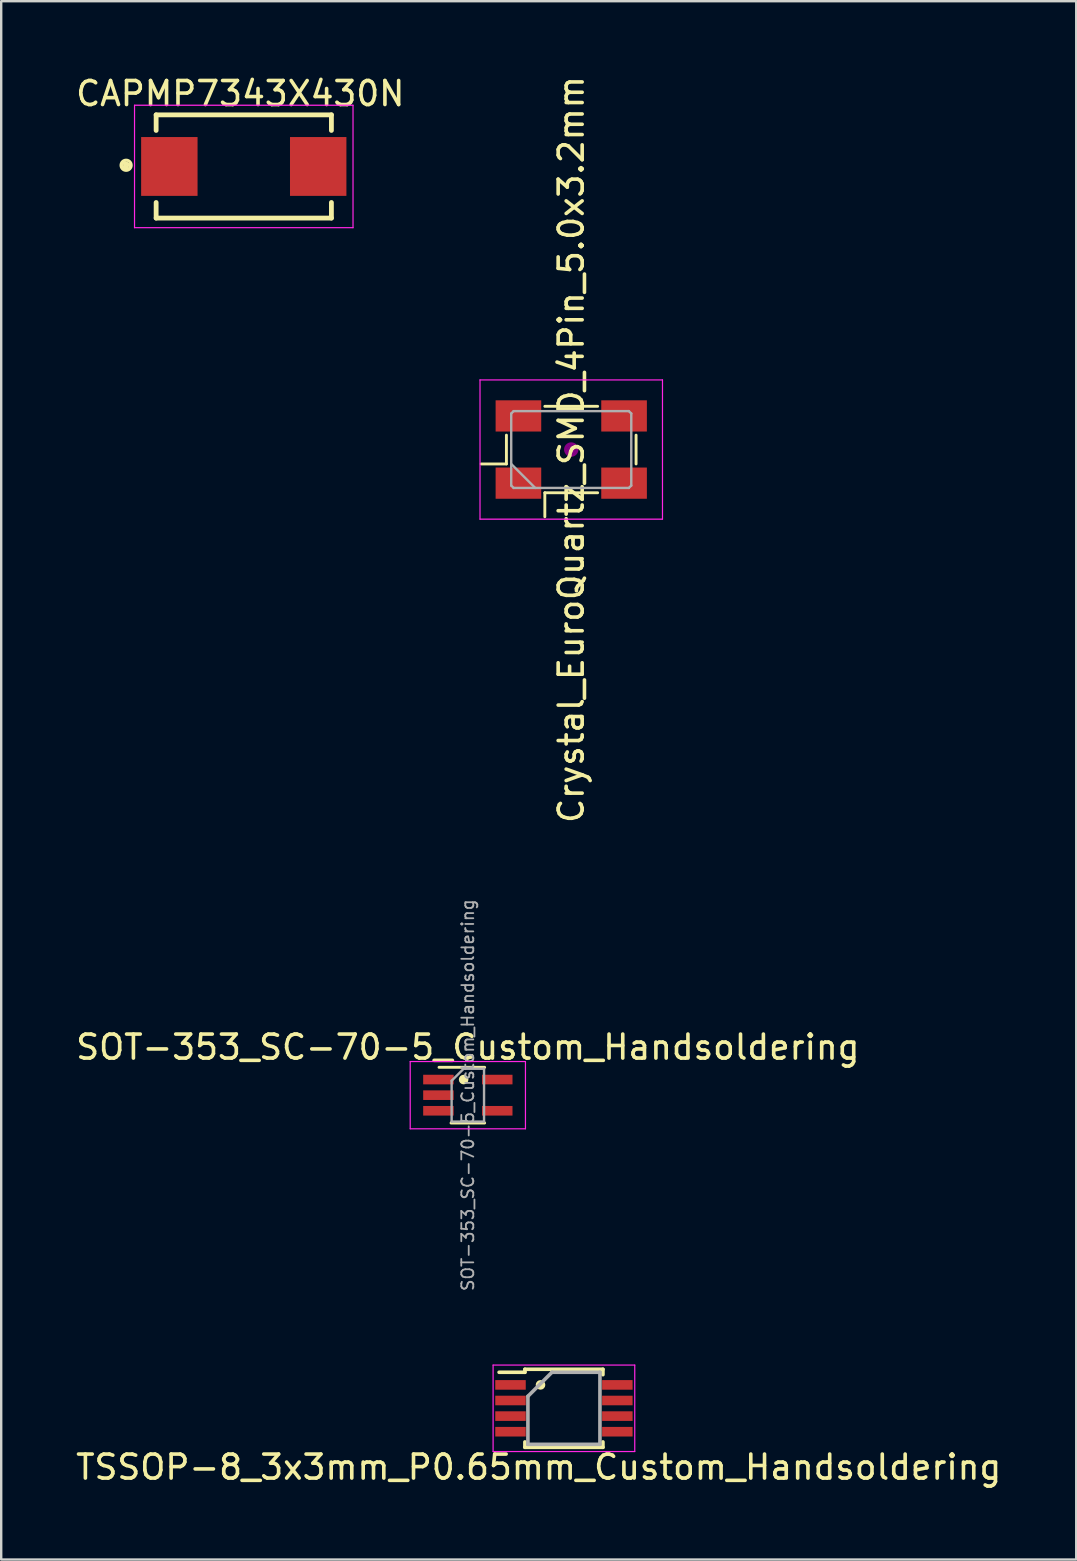
<source format=kicad_pcb>
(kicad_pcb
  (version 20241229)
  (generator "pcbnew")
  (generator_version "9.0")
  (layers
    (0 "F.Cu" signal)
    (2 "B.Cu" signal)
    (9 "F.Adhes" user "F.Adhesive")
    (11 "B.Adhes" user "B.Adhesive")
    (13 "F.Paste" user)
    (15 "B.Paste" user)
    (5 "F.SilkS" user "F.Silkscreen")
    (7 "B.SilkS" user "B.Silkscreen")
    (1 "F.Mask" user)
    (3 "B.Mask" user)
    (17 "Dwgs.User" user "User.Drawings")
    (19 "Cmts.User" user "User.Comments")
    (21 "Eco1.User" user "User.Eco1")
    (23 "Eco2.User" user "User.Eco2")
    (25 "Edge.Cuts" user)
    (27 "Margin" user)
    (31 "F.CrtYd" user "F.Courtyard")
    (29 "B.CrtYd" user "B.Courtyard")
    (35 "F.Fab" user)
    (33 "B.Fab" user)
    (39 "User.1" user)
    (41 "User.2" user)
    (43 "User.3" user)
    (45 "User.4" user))
  (footprint "Crystal_EuroQuartz_SMD_4Pin_5.0x3.2mm"
    (layer "F.Cu")
    (at 20.742 15.673)
    (property "Reference" "Crystal_EuroQuartz_SMD_4Pin_5.0x3.2mm" (at 0 0 270) (layer "F.SilkS") (effects (font (size 1 1) (thickness 0.15))))
    (attr smd)
    (fp_line (start -3.75 0.6) (end -2.7 0.6) (stroke (width 0.12) (type solid)) (layer "F.SilkS"))
    (fp_line (start -2.7 0.6) (end -2.7 -0.6) (stroke (width 0.12) (type solid)) (layer "F.SilkS"))
    (fp_line (start -1.1 -1.8) (end 1.1 -1.8) (stroke (width 0.12) (type solid)) (layer "F.SilkS"))
    (fp_line (start -1.1 1.8) (end -1.1 2.8) (stroke (width 0.12) (type solid)) (layer "F.SilkS"))
    (fp_line (start 1.1 1.8) (end -1.1 1.8) (stroke (width 0.12) (type solid)) (layer "F.SilkS"))
    (fp_line (start 2.7 -0.6) (end 2.7 0.6) (stroke (width 0.12) (type solid)) (layer "F.SilkS"))
    (fp_circle (center 0 0) (end 0.058 0) (stroke (width 0.117) (type solid)) (fill no) (layer "F.Adhes"))
    (fp_circle (center 0 0) (end 0.133 0) (stroke (width 0.083) (type solid)) (fill no) (layer "F.Adhes"))
    (fp_circle (center 0 0) (end 0.208 0) (stroke (width 0.083) (type solid)) (fill no) (layer "F.Adhes"))
    (fp_circle (center 0 0) (end 0.25 0) (stroke (width 0.1) (type solid)) (fill no) (layer "F.Adhes"))
    (fp_line (start -3.8 -2.9) (end -3.8 2.9) (stroke (width 0.05) (type solid)) (layer "F.CrtYd"))
    (fp_line (start -3.8 2.9) (end 3.8 2.9) (stroke (width 0.05) (type solid)) (layer "F.CrtYd"))
    (fp_line (start 3.8 -2.9) (end -3.8 -2.9) (stroke (width 0.05) (type solid)) (layer "F.CrtYd"))
    (fp_line (start 3.8 2.9) (end 3.8 -2.9) (stroke (width 0.05) (type solid)) (layer "F.CrtYd"))
    (fp_line (start -2.5 -1.5) (end -2.4 -1.6) (stroke (width 0.1) (type solid)) (layer "F.Fab"))
    (fp_line (start -2.5 0.6) (end -1.5 1.6) (stroke (width 0.1) (type solid)) (layer "F.Fab"))
    (fp_line (start -2.5 1.5) (end -2.5 -1.5) (stroke (width 0.1) (type solid)) (layer "F.Fab"))
    (fp_line (start -2.4 -1.6) (end 2.4 -1.6) (stroke (width 0.1) (type solid)) (layer "F.Fab"))
    (fp_line (start -2.4 1.6) (end -2.5 1.5) (stroke (width 0.1) (type solid)) (layer "F.Fab"))
    (fp_line (start 2.4 -1.6) (end 2.5 -1.5) (stroke (width 0.1) (type solid)) (layer "F.Fab"))
    (fp_line (start 2.4 1.6) (end -2.4 1.6) (stroke (width 0.1) (type solid)) (layer "F.Fab"))
    (fp_line (start 2.5 -1.5) (end 2.5 1.5) (stroke (width 0.1) (type solid)) (layer "F.Fab"))
    (fp_line (start 2.5 1.5) (end 2.4 1.6) (stroke (width 0.1) (type solid)) (layer "F.Fab"))
    (pad "1" smd rect (at -2.2 1.4) (size 1.9 1.3) (layers "F.Cu" "F.Mask" "F.Paste"))
    (pad "2" smd rect (at 2.2 1.4) (size 1.9 1.3) (layers "F.Cu" "F.Mask" "F.Paste"))
    (pad "3" smd rect (at 2.2 -1.4) (size 1.9 1.3) (layers "F.Cu" "F.Mask" "F.Paste"))
    (pad "4" smd rect (at -2.2 -1.4) (size 1.9 1.3) (layers "F.Cu" "F.Mask" "F.Paste")))
  (footprint "CAPMP7343X430N"
    (layer "F.Cu")
    (at 7.103 3.883)
    (property "Reference" "CAPMP7343X430N" (at -0.145 -3.035 0) (layer "F.SilkS") (effects (font (size 1 1) (thickness 0.15))))
    (attr through_hole)
    (fp_line (start -3.65 -2.15) (end -3.65 -1.5) (stroke (width 0.2) (type solid)) (layer "F.SilkS"))
    (fp_line (start -3.65 -2.15) (end 3.65 -2.15) (stroke (width 0.2) (type solid)) (layer "F.SilkS"))
    (fp_line (start -3.65 1.5) (end -3.65 2.15) (stroke (width 0.2) (type solid)) (layer "F.SilkS"))
    (fp_line (start 3.65 -2.15) (end 3.65 -1.5) (stroke (width 0.2) (type solid)) (layer "F.SilkS"))
    (fp_line (start 3.65 1.5) (end 3.65 2.15) (stroke (width 0.2) (type solid)) (layer "F.SilkS"))
    (fp_line (start 3.65 2.15) (end -3.65 2.15) (stroke (width 0.2) (type solid)) (layer "F.SilkS"))
    (fp_circle (center -4.95 -0.05) (end -4.838 -0.05) (stroke (width 0.127) (type solid)) (fill no) (layer "F.SilkS"))
    (fp_circle (center -4.9 -0.05) (end -4.688 -0.05) (stroke (width 0.127) (type solid)) (fill no) (layer "F.SilkS"))
    (fp_circle (center -4.85 0) (end -4.738 0) (stroke (width 0.127) (type solid)) (fill no) (layer "F.SilkS"))
    (fp_line (start -4.55 -2.55) (end -4.55 2.55) (stroke (width 0.05) (type solid)) (layer "F.CrtYd"))
    (fp_line (start -4.55 2.55) (end 4.55 2.55) (stroke (width 0.05) (type solid)) (layer "F.CrtYd"))
    (fp_line (start 4.55 -2.55) (end -4.55 -2.55) (stroke (width 0.05) (type solid)) (layer "F.CrtYd"))
    (fp_line (start 4.55 2.55) (end 4.55 -2.55) (stroke (width 0.05) (type solid)) (layer "F.CrtYd"))
    (pad "1" smd rect (at -3.1 0) (size 2.35 2.45) (layers "F.Cu" "F.Mask" "F.Paste"))
    (pad "2" smd rect (at 3.1 0) (size 2.35 2.45) (layers "F.Cu" "F.Mask" "F.Paste")))
  (footprint "TSSOP-8_3x3mm_P0.65mm_Custom_Handsoldering"
    (layer "F.Cu")
    (at 20.437 55.605)
    (property "Reference" "TSSOP-8_3x3mm_P0.65mm_Custom_Handsoldering" (at -1.05 2.45 180) (layer "F.SilkS") (effects (font (size 1 1) (thickness 0.15))))
    (attr smd)
    (fp_line (start -1.625 -1.625) (end -1.625 -1.5) (stroke (width 0.15) (type solid)) (layer "F.SilkS"))
    (fp_line (start -1.625 -1.625) (end 1.625 -1.625) (stroke (width 0.15) (type solid)) (layer "F.SilkS"))
    (fp_line (start -1.625 -1.5) (end -2.7 -1.5) (stroke (width 0.15) (type solid)) (layer "F.SilkS"))
    (fp_line (start -1.625 1.625) (end -1.625 1.4) (stroke (width 0.15) (type solid)) (layer "F.SilkS"))
    (fp_line (start -1.625 1.625) (end 1.625 1.625) (stroke (width 0.15) (type solid)) (layer "F.SilkS"))
    (fp_line (start 1.625 -1.625) (end 1.625 -1.4) (stroke (width 0.15) (type solid)) (layer "F.SilkS"))
    (fp_line (start 1.625 1.625) (end 1.625 1.4) (stroke (width 0.15) (type solid)) (layer "F.SilkS"))
    (fp_circle (center -0.975 -0.975) (end -0.875 -0.975) (stroke (width 0.2) (type solid)) (fill no) (layer "F.SilkS"))
    (fp_line (start -2.95 -1.8) (end -2.95 1.8) (stroke (width 0.05) (type solid)) (layer "F.CrtYd"))
    (fp_line (start -2.95 -1.8) (end 2.95 -1.8) (stroke (width 0.05) (type solid)) (layer "F.CrtYd"))
    (fp_line (start -2.95 1.8) (end 2.95 1.8) (stroke (width 0.05) (type solid)) (layer "F.CrtYd"))
    (fp_line (start 2.95 -1.8) (end 2.95 1.8) (stroke (width 0.05) (type solid)) (layer "F.CrtYd"))
    (fp_line (start -1.5 -0.5) (end -0.5 -1.5) (stroke (width 0.15) (type solid)) (layer "F.Fab"))
    (fp_line (start -1.5 1.5) (end -1.5 -0.5) (stroke (width 0.15) (type solid)) (layer "F.Fab"))
    (fp_line (start -0.5 -1.5) (end 1.5 -1.5) (stroke (width 0.15) (type solid)) (layer "F.Fab"))
    (fp_line (start 1.5 -1.5) (end 1.5 1.5) (stroke (width 0.15) (type solid)) (layer "F.Fab"))
    (fp_line (start 1.5 1.5) (end -1.5 1.5) (stroke (width 0.15) (type solid)) (layer "F.Fab"))
    (pad "1" smd rect (at -2.225 -0.975) (size 1.27 0.4) (layers "F.Cu" "F.Mask" "F.Paste"))
    (pad "2" smd rect (at -2.225 -0.325) (size 1.27 0.4) (layers "F.Cu" "F.Mask" "F.Paste"))
    (pad "3" smd rect (at -2.225 0.325) (size 1.27 0.4) (layers "F.Cu" "F.Mask" "F.Paste"))
    (pad "4" smd rect (at -2.225 0.975) (size 1.27 0.4) (layers "F.Cu" "F.Mask" "F.Paste"))
    (pad "5" smd rect (at 2.225 0.975) (size 1.27 0.4) (layers "F.Cu" "F.Mask" "F.Paste"))
    (pad "6" smd rect (at 2.225 0.325) (size 1.27 0.4) (layers "F.Cu" "F.Mask" "F.Paste"))
    (pad "7" smd rect (at 2.225 -0.325) (size 1.27 0.4) (layers "F.Cu" "F.Mask" "F.Paste"))
    (pad "8" smd rect (at 2.225 -0.975) (size 1.27 0.4) (layers "F.Cu" "F.Mask" "F.Paste")))
  (footprint "SOT-353_SC-70-5_Custom_Handsoldering"
    (layer "F.Cu")
    (at 16.435 42.563)
    (property "Reference" "SOT-353_SC-70-5_Custom_Handsoldering" (at 0 -2 0) (layer "F.SilkS") (effects (font (size 1 1) (thickness 0.15))))
    (attr smd)
    (fp_line (start -0.7 1.16) (end 0.7 1.16) (stroke (width 0.12) (type solid)) (layer "F.SilkS"))
    (fp_line (start 0.7 -1.16) (end -1.2 -1.16) (stroke (width 0.12) (type solid)) (layer "F.SilkS"))
    (fp_circle (center -0.175 -0.65) (end -0.075 -0.65) (stroke (width 0.2) (type solid)) (fill no) (layer "F.SilkS"))
    (fp_line (start -2.4 -1.4) (end -2.4 1.4) (stroke (width 0.05) (type solid)) (layer "F.CrtYd"))
    (fp_line (start -2.4 -1.4) (end 2.4 -1.4) (stroke (width 0.05) (type solid)) (layer "F.CrtYd"))
    (fp_line (start -2.4 1.4) (end 2.4 1.4) (stroke (width 0.05) (type solid)) (layer "F.CrtYd"))
    (fp_line (start 2.4 1.4) (end 2.4 -1.4) (stroke (width 0.05) (type solid)) (layer "F.CrtYd"))
    (fp_line (start -0.675 -0.6) (end -0.675 1.1) (stroke (width 0.1) (type solid)) (layer "F.Fab"))
    (fp_line (start -0.175 -1.1) (end -0.675 -0.6) (stroke (width 0.1) (type solid)) (layer "F.Fab"))
    (fp_line (start 0.675 -1.1) (end -0.175 -1.1) (stroke (width 0.1) (type solid)) (layer "F.Fab"))
    (fp_line (start 0.675 -1.1) (end 0.675 1.1) (stroke (width 0.1) (type solid)) (layer "F.Fab"))
    (fp_line (start 0.675 1.1) (end -0.675 1.1) (stroke (width 0.1) (type solid)) (layer "F.Fab"))
    (fp_text user "${REFERENCE}" (at 0 0 270) (layer "F.Fab") (effects (font (size 0.5 0.5) (thickness 0.075))))
    (pad "1" smd rect (at -1.225 -0.65) (size 1.27 0.4) (layers "F.Cu" "F.Mask" "F.Paste"))
    (pad "2" smd rect (at -1.225 0) (size 1.27 0.4) (layers "F.Cu" "F.Mask" "F.Paste"))
    (pad "3" smd rect (at -1.225 0.65) (size 1.27 0.4) (layers "F.Cu" "F.Mask" "F.Paste"))
    (pad "4" smd rect (at 1.225 0.65) (size 1.27 0.4) (layers "F.Cu" "F.Mask" "F.Paste"))
    (pad "5" smd rect (at 1.225 -0.65) (size 1.27 0.4) (layers "F.Cu" "F.Mask" "F.Paste")))
  (gr_rect
    (start -3 -3)
    (end 41.774 61.903)
    (stroke (width 0.1) (type default))
    (fill no)
    (layer "Edge.Cuts")))
</source>
